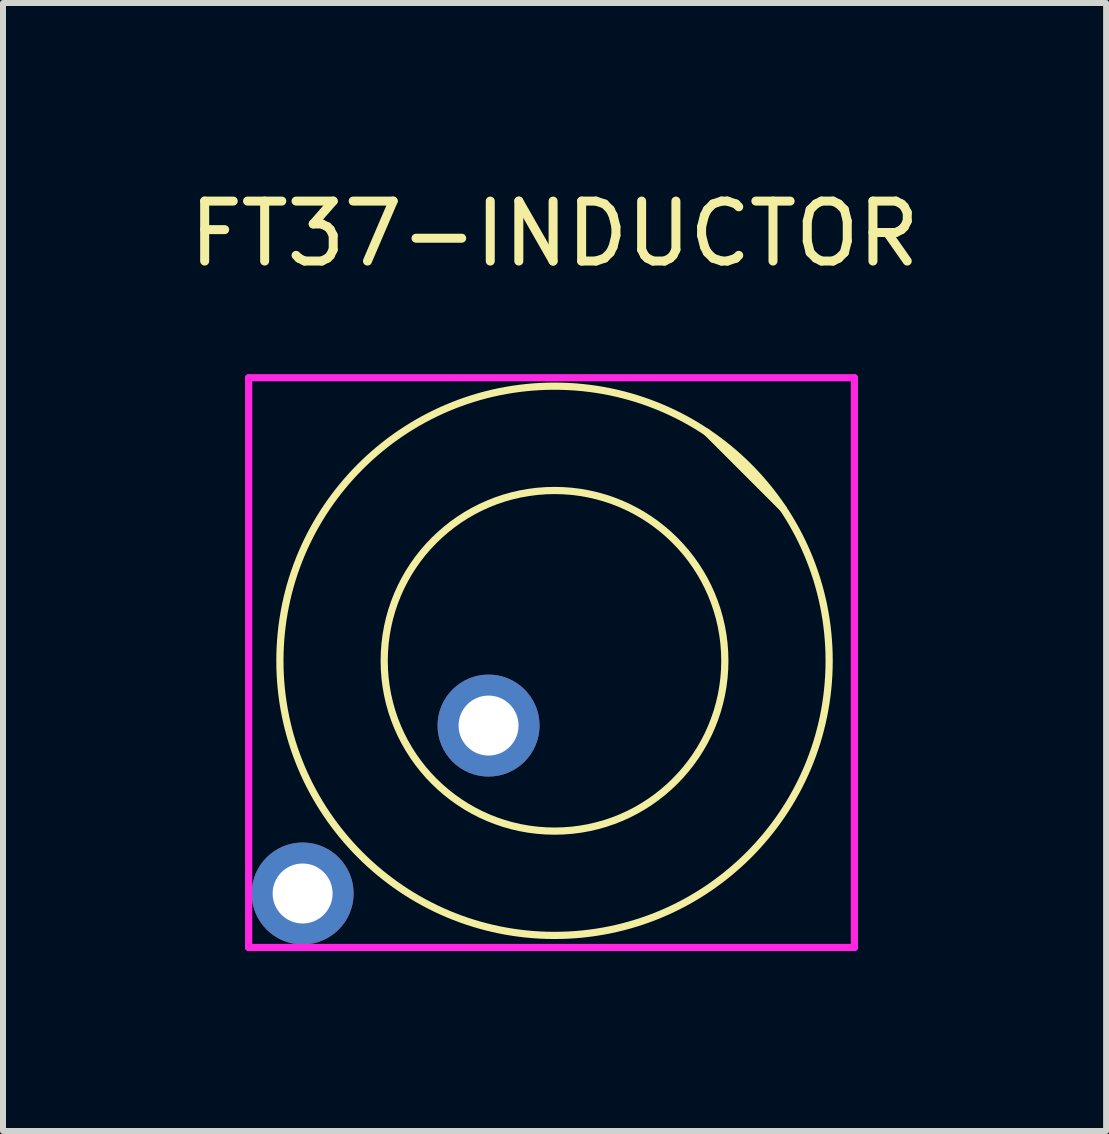
<source format=kicad_pcb>
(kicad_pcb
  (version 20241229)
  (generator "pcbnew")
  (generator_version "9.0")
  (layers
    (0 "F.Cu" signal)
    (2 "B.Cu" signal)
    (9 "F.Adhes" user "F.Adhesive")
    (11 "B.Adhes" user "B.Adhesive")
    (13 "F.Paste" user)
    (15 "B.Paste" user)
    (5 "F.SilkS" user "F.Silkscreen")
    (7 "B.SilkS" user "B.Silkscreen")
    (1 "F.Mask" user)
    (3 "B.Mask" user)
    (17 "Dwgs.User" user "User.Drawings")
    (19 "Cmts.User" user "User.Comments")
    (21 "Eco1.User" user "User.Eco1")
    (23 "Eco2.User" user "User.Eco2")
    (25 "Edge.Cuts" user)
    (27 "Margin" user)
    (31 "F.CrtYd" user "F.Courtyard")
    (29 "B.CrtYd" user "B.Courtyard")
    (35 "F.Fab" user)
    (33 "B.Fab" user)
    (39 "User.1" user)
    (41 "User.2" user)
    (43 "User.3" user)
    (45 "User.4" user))
  (footprint "FT37-INDUCTOR"
    (layer "F.Cu")
    (at 6.196 0.348)
    (property "Reference" "FT37-INDUCTOR" (at 0 0.5 0) (unlocked yes) (layer "F.SilkS") (effects (font (size 1 1) (thickness 0.15))))
    (attr through_hole)
    (fp_line (start 3.81 5.08) (end 2.54 3.81) (stroke (width 0.12) (type solid)) (layer "F.SilkS"))
    (fp_circle (center 0 7.62) (end 2.54 3.81) (stroke (width 0.12) (type solid)) (fill no) (layer "F.SilkS"))
    (fp_circle (center 0 7.62) (end 2.54 6.35) (stroke (width 0.12) (type solid)) (fill no) (layer "F.SilkS"))
    (fp_line (start -5.1 2.9) (end 5 2.9) (stroke (width 0.12) (type solid)) (layer "F.CrtYd"))
    (fp_line (start -5.1 12.4) (end -5.1 2.9) (stroke (width 0.12) (type solid)) (layer "F.CrtYd"))
    (fp_line (start -5.1 12.4) (end 5 12.4) (stroke (width 0.12) (type solid)) (layer "F.CrtYd"))
    (fp_line (start 5 2.9) (end 5 12.4) (stroke (width 0.12) (type solid)) (layer "F.CrtYd"))
    (pad "1" thru_hole circle (at -1.1 8.7) (size 1.7 1.7) (drill 1) (layers "*.Cu" "*.Mask"))
    (pad "2" thru_hole circle (at -4.2 11.5) (size 1.7 1.7) (drill 1) (layers "*.Cu" "*.Mask")))
  (gr_rect
    (start -3 -3)
    (end 15.393 15.808)
    (stroke (width 0.1) (type default))
    (fill no)
    (layer "Edge.Cuts")))
</source>
